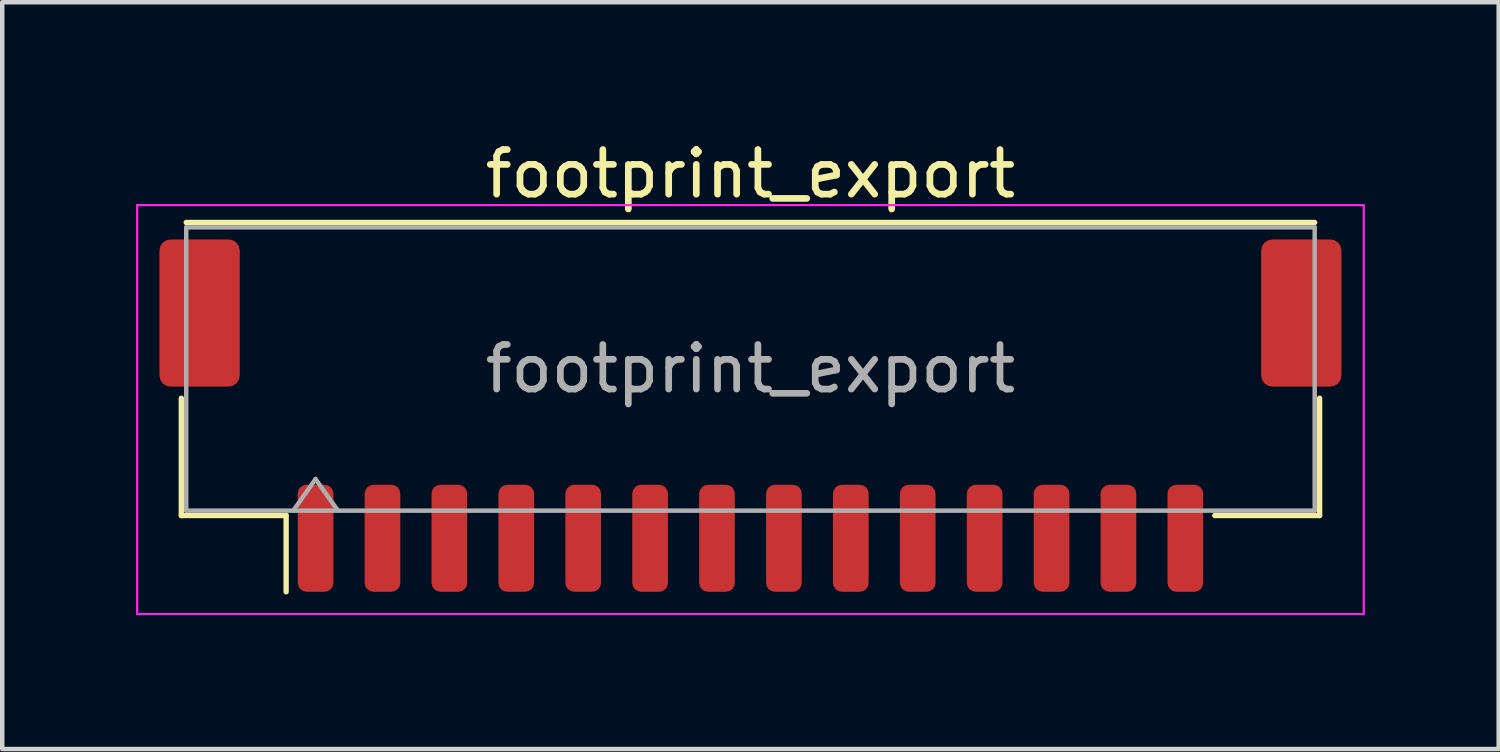
<source format=kicad_pcb>
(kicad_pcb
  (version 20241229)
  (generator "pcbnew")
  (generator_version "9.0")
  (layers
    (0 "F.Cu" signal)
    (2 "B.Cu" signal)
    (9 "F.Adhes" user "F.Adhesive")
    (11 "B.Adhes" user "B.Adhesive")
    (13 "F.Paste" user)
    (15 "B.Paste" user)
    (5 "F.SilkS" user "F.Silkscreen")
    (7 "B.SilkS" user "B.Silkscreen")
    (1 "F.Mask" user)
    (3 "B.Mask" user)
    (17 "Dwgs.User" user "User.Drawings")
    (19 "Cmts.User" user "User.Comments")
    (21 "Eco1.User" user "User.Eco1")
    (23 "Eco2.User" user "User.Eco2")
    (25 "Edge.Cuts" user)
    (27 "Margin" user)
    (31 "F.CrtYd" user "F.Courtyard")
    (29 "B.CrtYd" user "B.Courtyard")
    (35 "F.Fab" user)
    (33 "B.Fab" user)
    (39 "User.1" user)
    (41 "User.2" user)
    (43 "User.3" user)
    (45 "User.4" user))
  (footprint "footprint_export"
    (layer "F.Cu")
    (at 13.775 6.268)
    (property "Reference" "footprint_export" (at 0 -5.42 0) (layer "F.SilkS") (effects (font (size 1 1) (thickness 0.15))))
    (attr smd)
    (fp_line (start -12.76 -0.39) (end -12.76 2.24) (stroke (width 0.12) (type solid)) (layer "F.SilkS"))
    (fp_line (start -12.76 2.24) (end -10.41 2.24) (stroke (width 0.12) (type solid)) (layer "F.SilkS"))
    (fp_line (start -12.65 -4.33) (end 12.65 -4.33) (stroke (width 0.12) (type solid)) (layer "F.SilkS"))
    (fp_line (start -10.41 2.24) (end -10.41 3.95) (stroke (width 0.12) (type solid)) (layer "F.SilkS"))
    (fp_line (start 12.76 -0.39) (end 12.76 2.24) (stroke (width 0.12) (type solid)) (layer "F.SilkS"))
    (fp_line (start 12.76 2.24) (end 10.41 2.24) (stroke (width 0.12) (type solid)) (layer "F.SilkS"))
    (fp_line (start -13.75 -4.72) (end -13.75 4.45) (stroke (width 0.05) (type solid)) (layer "F.CrtYd"))
    (fp_line (start -13.75 4.45) (end 13.75 4.45) (stroke (width 0.05) (type solid)) (layer "F.CrtYd"))
    (fp_line (start 13.75 -4.72) (end -13.75 -4.72) (stroke (width 0.05) (type solid)) (layer "F.CrtYd"))
    (fp_line (start 13.75 4.45) (end 13.75 -4.72) (stroke (width 0.05) (type solid)) (layer "F.CrtYd"))
    (fp_line (start -12.65 -4.22) (end 12.65 -4.22) (stroke (width 0.1) (type solid)) (layer "F.Fab"))
    (fp_line (start -12.65 2.13) (end -12.65 -4.22) (stroke (width 0.1) (type solid)) (layer "F.Fab"))
    (fp_line (start -12.65 2.13) (end 12.65 2.13) (stroke (width 0.1) (type solid)) (layer "F.Fab"))
    (fp_line (start -10.25 2.13) (end -9.75 1.423) (stroke (width 0.1) (type solid)) (layer "F.Fab"))
    (fp_line (start -9.75 1.423) (end -9.25 2.13) (stroke (width 0.1) (type solid)) (layer "F.Fab"))
    (fp_line (start 12.65 2.13) (end 12.65 -4.22) (stroke (width 0.1) (type solid)) (layer "F.Fab"))
    (fp_text user "${REFERENCE}" (at 0 -1.05 0) (layer "F.Fab") (effects (font (size 1 1) (thickness 0.15))))
    (pad "1" smd roundrect (at -9.75 2.75) (size 0.8 2.4) (layers "F.Cu" "F.Mask" "F.Paste") (roundrect_rratio 0.25))
    (pad "2" smd roundrect (at -8.25 2.75) (size 0.8 2.4) (layers "F.Cu" "F.Mask" "F.Paste") (roundrect_rratio 0.25))
    (pad "3" smd roundrect (at -6.75 2.75) (size 0.8 2.4) (layers "F.Cu" "F.Mask" "F.Paste") (roundrect_rratio 0.25))
    (pad "4" smd roundrect (at -5.25 2.75) (size 0.8 2.4) (layers "F.Cu" "F.Mask" "F.Paste") (roundrect_rratio 0.25))
    (pad "5" smd roundrect (at -3.75 2.75) (size 0.8 2.4) (layers "F.Cu" "F.Mask" "F.Paste") (roundrect_rratio 0.25))
    (pad "6" smd roundrect (at -2.25 2.75) (size 0.8 2.4) (layers "F.Cu" "F.Mask" "F.Paste") (roundrect_rratio 0.25))
    (pad "7" smd roundrect (at -0.75 2.75) (size 0.8 2.4) (layers "F.Cu" "F.Mask" "F.Paste") (roundrect_rratio 0.25))
    (pad "8" smd roundrect (at 0.75 2.75) (size 0.8 2.4) (layers "F.Cu" "F.Mask" "F.Paste") (roundrect_rratio 0.25))
    (pad "9" smd roundrect (at 2.25 2.75) (size 0.8 2.4) (layers "F.Cu" "F.Mask" "F.Paste") (roundrect_rratio 0.25))
    (pad "10" smd roundrect (at 3.75 2.75) (size 0.8 2.4) (layers "F.Cu" "F.Mask" "F.Paste") (roundrect_rratio 0.25))
    (pad "11" smd roundrect (at 5.25 2.75) (size 0.8 2.4) (layers "F.Cu" "F.Mask" "F.Paste") (roundrect_rratio 0.25))
    (pad "12" smd roundrect (at 6.75 2.75) (size 0.8 2.4) (layers "F.Cu" "F.Mask" "F.Paste") (roundrect_rratio 0.25))
    (pad "13" smd roundrect (at 8.25 2.75) (size 0.8 2.4) (layers "F.Cu" "F.Mask" "F.Paste") (roundrect_rratio 0.25))
    (pad "14" smd roundrect (at 9.75 2.75) (size 0.8 2.4) (layers "F.Cu" "F.Mask" "F.Paste") (roundrect_rratio 0.25))
    (pad "MP" smd roundrect (at -12.35 -2.3) (size 1.8 3.3) (layers "F.Cu" "F.Mask" "F.Paste") (roundrect_rratio 0.139))
    (pad "MP" smd roundrect (at 12.35 -2.3) (size 1.8 3.3) (layers "F.Cu" "F.Mask" "F.Paste") (roundrect_rratio 0.139)))
  (gr_rect
    (start -3 -3)
    (end 30.55 13.743)
    (stroke (width 0.1) (type default))
    (fill no)
    (layer "Edge.Cuts")))
</source>
